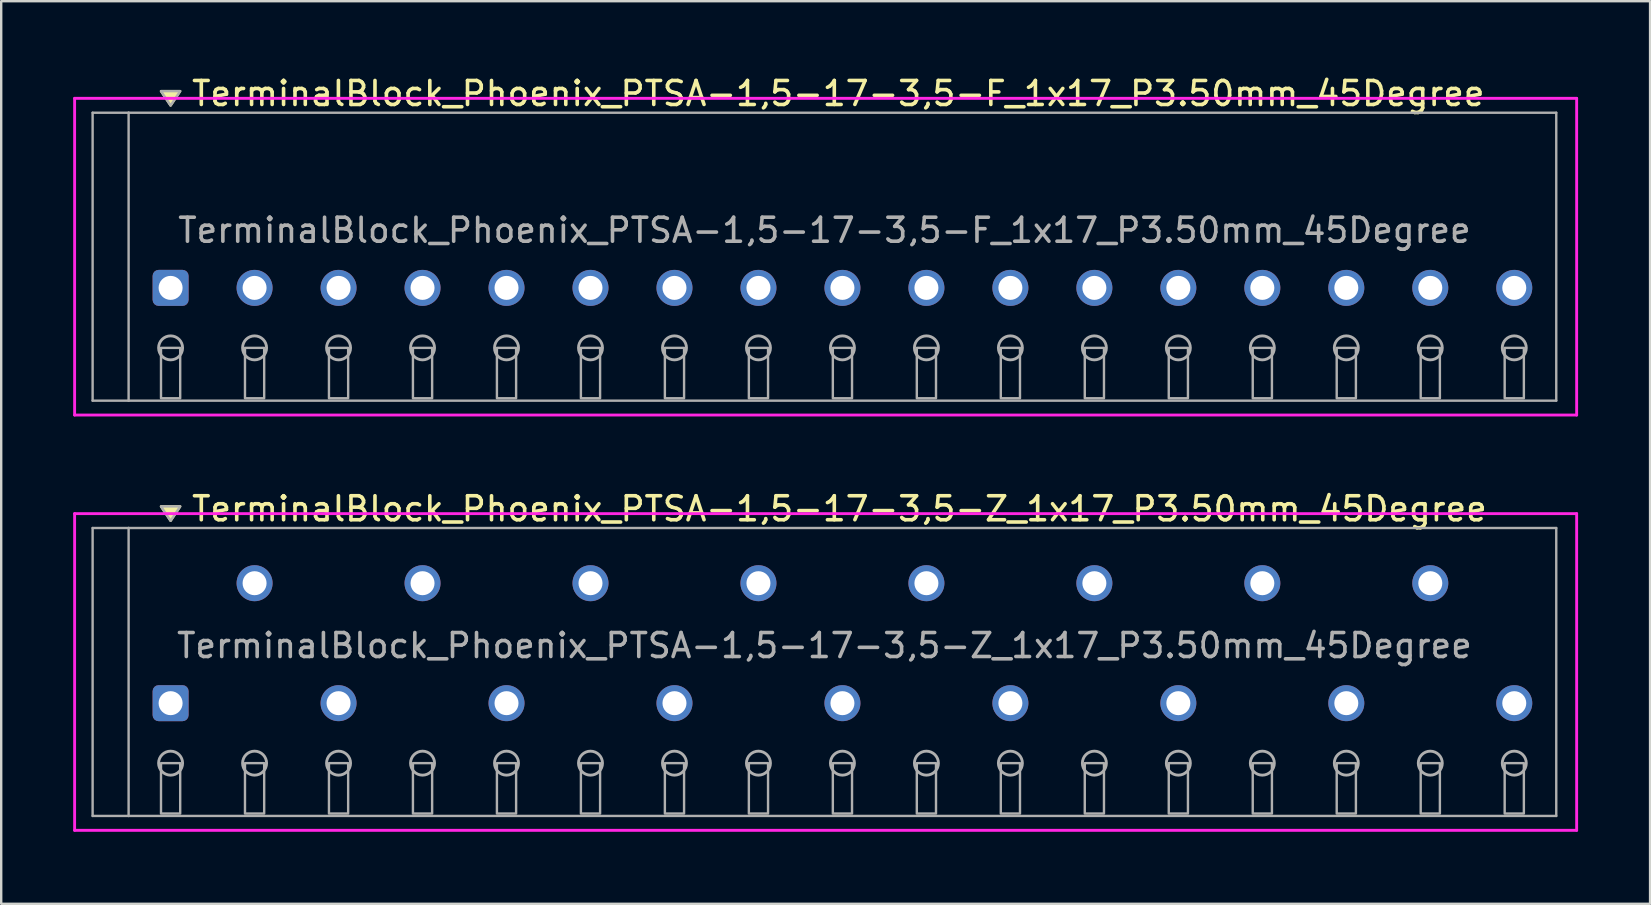
<source format=kicad_pcb>
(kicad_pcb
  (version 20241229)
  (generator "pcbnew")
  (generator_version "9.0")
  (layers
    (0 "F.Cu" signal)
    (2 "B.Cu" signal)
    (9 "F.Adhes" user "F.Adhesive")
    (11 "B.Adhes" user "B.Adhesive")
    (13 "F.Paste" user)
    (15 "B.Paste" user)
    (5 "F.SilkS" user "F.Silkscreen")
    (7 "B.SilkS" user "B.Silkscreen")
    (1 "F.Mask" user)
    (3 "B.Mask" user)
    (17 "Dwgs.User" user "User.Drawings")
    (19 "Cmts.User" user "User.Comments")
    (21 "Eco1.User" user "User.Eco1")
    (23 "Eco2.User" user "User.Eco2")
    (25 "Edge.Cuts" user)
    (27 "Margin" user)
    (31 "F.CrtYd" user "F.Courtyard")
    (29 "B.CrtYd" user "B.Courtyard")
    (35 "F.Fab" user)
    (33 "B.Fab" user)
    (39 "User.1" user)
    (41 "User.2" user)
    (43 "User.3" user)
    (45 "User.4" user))
  (footprint "TerminalBlock_Phoenix_PTSA-1,5-17-3,5-Z_1x17_P3.50mm_45Degree"
    (layer "F.Cu")
    (at 4.06 26.256)
    (property "Reference" "TerminalBlock_Phoenix_PTSA-1,5-17-3,5-Z_1x17_P3.50mm_45Degree" (at 0.8 -8.1 0) (layer "F.SilkS") (effects (font (size 1 1) (thickness 0.15)) (justify left)))
    (attr through_hole)
    (fp_poly (pts (xy 0 -7.6) (xy -0.4 -8.2) (xy 0.4 -8.2)) (stroke (width 0.1) (type solid)) (fill yes) (layer "F.SilkS"))
    (fp_line (start -4 -7.9) (end 58.6 -7.9) (stroke (width 0.12) (type solid)) (layer "F.CrtYd"))
    (fp_line (start -4 5.3) (end -4 -7.9) (stroke (width 0.12) (type solid)) (layer "F.CrtYd"))
    (fp_line (start 58.6 -7.9) (end 58.6 5.3) (stroke (width 0.12) (type solid)) (layer "F.CrtYd"))
    (fp_line (start 58.6 5.3) (end -4 5.3) (stroke (width 0.12) (type solid)) (layer "F.CrtYd"))
    (fp_line (start -3.25 -7.3) (end -1.75 -7.3) (stroke (width 0.1) (type solid)) (layer "F.Fab"))
    (fp_line (start -3.25 4.7) (end -3.25 -7.3) (stroke (width 0.1) (type solid)) (layer "F.Fab"))
    (fp_line (start -1.75 -7.3) (end -1.75 4.7) (stroke (width 0.1) (type solid)) (layer "F.Fab"))
    (fp_line (start -1.75 4.7) (end -3.25 4.7) (stroke (width 0.1) (type solid)) (layer "F.Fab"))
    (fp_line (start -1.75 4.7) (end 57.75 4.7) (stroke (width 0.1) (type solid)) (layer "F.Fab"))
    (fp_line (start 57.75 -7.3) (end -1.75 -7.3) (stroke (width 0.1) (type solid)) (layer "F.Fab"))
    (fp_line (start 57.75 4.7) (end 57.75 -7.3) (stroke (width 0.1) (type solid)) (layer "F.Fab"))
    (fp_circle (center 0 2.5) (end -0.5 2.5) (stroke (width 0.12) (type solid)) (fill no) (layer "F.Fab"))
    (fp_circle (center 3.5 2.5) (end 3 2.5) (stroke (width 0.12) (type solid)) (fill no) (layer "F.Fab"))
    (fp_circle (center 7 2.5) (end 6.5 2.5) (stroke (width 0.12) (type solid)) (fill no) (layer "F.Fab"))
    (fp_circle (center 10.5 2.5) (end 10 2.5) (stroke (width 0.12) (type solid)) (fill no) (layer "F.Fab"))
    (fp_circle (center 14 2.5) (end 13.5 2.5) (stroke (width 0.12) (type solid)) (fill no) (layer "F.Fab"))
    (fp_circle (center 17.5 2.5) (end 17 2.5) (stroke (width 0.12) (type solid)) (fill no) (layer "F.Fab"))
    (fp_circle (center 21 2.5) (end 20.5 2.5) (stroke (width 0.12) (type solid)) (fill no) (layer "F.Fab"))
    (fp_circle (center 24.5 2.5) (end 24 2.5) (stroke (width 0.12) (type solid)) (fill no) (layer "F.Fab"))
    (fp_circle (center 28 2.5) (end 27.5 2.5) (stroke (width 0.12) (type solid)) (fill no) (layer "F.Fab"))
    (fp_circle (center 31.5 2.5) (end 31 2.5) (stroke (width 0.12) (type solid)) (fill no) (layer "F.Fab"))
    (fp_circle (center 35 2.5) (end 34.5 2.5) (stroke (width 0.12) (type solid)) (fill no) (layer "F.Fab"))
    (fp_circle (center 38.5 2.5) (end 38 2.5) (stroke (width 0.12) (type solid)) (fill no) (layer "F.Fab"))
    (fp_circle (center 42 2.5) (end 41.5 2.5) (stroke (width 0.12) (type solid)) (fill no) (layer "F.Fab"))
    (fp_circle (center 45.5 2.5) (end 45 2.5) (stroke (width 0.12) (type solid)) (fill no) (layer "F.Fab"))
    (fp_circle (center 49 2.5) (end 48.5 2.5) (stroke (width 0.12) (type solid)) (fill no) (layer "F.Fab"))
    (fp_circle (center 52.5 2.5) (end 52 2.5) (stroke (width 0.12) (type solid)) (fill no) (layer "F.Fab"))
    (fp_circle (center 56 2.5) (end 55.5 2.5) (stroke (width 0.12) (type solid)) (fill no) (layer "F.Fab"))
    (fp_poly (pts (xy 0 -7.6) (xy -0.4 -8.2) (xy 0.4 -8.2)) (stroke (width 0.1) (type solid)) (fill no) (layer "F.Fab"))
    (fp_poly (pts (xy -0.4 2.5) (xy -0.4 4.6) (xy 0.4 4.6) (xy 0.4 2.5)) (stroke (width 0.1) (type solid)) (fill no) (layer "F.Fab"))
    (fp_poly (pts (xy 3.1 2.5) (xy 3.1 4.6) (xy 3.9 4.6) (xy 3.9 2.5)) (stroke (width 0.1) (type solid)) (fill no) (layer "F.Fab"))
    (fp_poly (pts (xy 6.6 2.5) (xy 6.6 4.6) (xy 7.4 4.6) (xy 7.4 2.5)) (stroke (width 0.1) (type solid)) (fill no) (layer "F.Fab"))
    (fp_poly (pts (xy 10.1 2.5) (xy 10.1 4.6) (xy 10.9 4.6) (xy 10.9 2.5)) (stroke (width 0.1) (type solid)) (fill no) (layer "F.Fab"))
    (fp_poly (pts (xy 13.6 2.5) (xy 13.6 4.6) (xy 14.4 4.6) (xy 14.4 2.5)) (stroke (width 0.1) (type solid)) (fill no) (layer "F.Fab"))
    (fp_poly (pts (xy 17.1 2.5) (xy 17.1 4.6) (xy 17.9 4.6) (xy 17.9 2.5)) (stroke (width 0.1) (type solid)) (fill no) (layer "F.Fab"))
    (fp_poly (pts (xy 20.6 2.5) (xy 20.6 4.6) (xy 21.4 4.6) (xy 21.4 2.5)) (stroke (width 0.1) (type solid)) (fill no) (layer "F.Fab"))
    (fp_poly (pts (xy 24.1 2.5) (xy 24.1 4.6) (xy 24.9 4.6) (xy 24.9 2.5)) (stroke (width 0.1) (type solid)) (fill no) (layer "F.Fab"))
    (fp_poly (pts (xy 27.6 2.5) (xy 27.6 4.6) (xy 28.4 4.6) (xy 28.4 2.5)) (stroke (width 0.1) (type solid)) (fill no) (layer "F.Fab"))
    (fp_poly (pts (xy 31.1 2.5) (xy 31.1 4.6) (xy 31.9 4.6) (xy 31.9 2.5)) (stroke (width 0.1) (type solid)) (fill no) (layer "F.Fab"))
    (fp_poly (pts (xy 34.6 2.5) (xy 34.6 4.6) (xy 35.4 4.6) (xy 35.4 2.5)) (stroke (width 0.1) (type solid)) (fill no) (layer "F.Fab"))
    (fp_poly (pts (xy 38.1 2.5) (xy 38.1 4.6) (xy 38.9 4.6) (xy 38.9 2.5)) (stroke (width 0.1) (type solid)) (fill no) (layer "F.Fab"))
    (fp_poly (pts (xy 41.6 2.5) (xy 41.6 4.6) (xy 42.4 4.6) (xy 42.4 2.5)) (stroke (width 0.1) (type solid)) (fill no) (layer "F.Fab"))
    (fp_poly (pts (xy 45.1 2.5) (xy 45.1 4.6) (xy 45.9 4.6) (xy 45.9 2.5)) (stroke (width 0.1) (type solid)) (fill no) (layer "F.Fab"))
    (fp_poly (pts (xy 48.6 2.5) (xy 48.6 4.6) (xy 49.4 4.6) (xy 49.4 2.5)) (stroke (width 0.1) (type solid)) (fill no) (layer "F.Fab"))
    (fp_poly (pts (xy 52.1 2.5) (xy 52.1 4.6) (xy 52.9 4.6) (xy 52.9 2.5)) (stroke (width 0.1) (type solid)) (fill no) (layer "F.Fab"))
    (fp_poly (pts (xy 55.6 2.5) (xy 55.6 4.6) (xy 56.4 4.6) (xy 56.4 2.5)) (stroke (width 0.1) (type solid)) (fill no) (layer "F.Fab"))
    (fp_text user "${REFERENCE}" (at 27.25 -2.4 0) (layer "F.Fab") (effects (font (size 1 1) (thickness 0.15))))
    (pad "1" thru_hole roundrect (at 0 0) (size 1.5 1.5) (drill 1) (layers "*.Cu" "*.Mask") (roundrect_rratio 0.167))
    (pad "2" thru_hole oval (at 3.5 -5) (size 1.5 1.5) (drill 1) (layers "*.Cu" "*.Mask"))
    (pad "3" thru_hole oval (at 7 0) (size 1.5 1.5) (drill 1) (layers "*.Cu" "*.Mask"))
    (pad "4" thru_hole oval (at 10.5 -5) (size 1.5 1.5) (drill 1) (layers "*.Cu" "*.Mask"))
    (pad "5" thru_hole oval (at 14 0) (size 1.5 1.5) (drill 1) (layers "*.Cu" "*.Mask"))
    (pad "6" thru_hole oval (at 17.5 -5) (size 1.5 1.5) (drill 1) (layers "*.Cu" "*.Mask"))
    (pad "7" thru_hole oval (at 21 0) (size 1.5 1.5) (drill 1) (layers "*.Cu" "*.Mask"))
    (pad "8" thru_hole oval (at 24.5 -5) (size 1.5 1.5) (drill 1) (layers "*.Cu" "*.Mask"))
    (pad "9" thru_hole oval (at 28 0) (size 1.5 1.5) (drill 1) (layers "*.Cu" "*.Mask"))
    (pad "10" thru_hole oval (at 31.5 -5) (size 1.5 1.5) (drill 1) (layers "*.Cu" "*.Mask"))
    (pad "11" thru_hole oval (at 35 0) (size 1.5 1.5) (drill 1) (layers "*.Cu" "*.Mask"))
    (pad "12" thru_hole oval (at 38.5 -5) (size 1.5 1.5) (drill 1) (layers "*.Cu" "*.Mask"))
    (pad "13" thru_hole oval (at 42 0) (size 1.5 1.5) (drill 1) (layers "*.Cu" "*.Mask"))
    (pad "14" thru_hole oval (at 45.5 -5) (size 1.5 1.5) (drill 1) (layers "*.Cu" "*.Mask"))
    (pad "15" thru_hole oval (at 49 0) (size 1.5 1.5) (drill 1) (layers "*.Cu" "*.Mask"))
    (pad "16" thru_hole oval (at 52.5 -5) (size 1.5 1.5) (drill 1) (layers "*.Cu" "*.Mask"))
    (pad "17" thru_hole oval (at 56 0) (size 1.5 1.5) (drill 1) (layers "*.Cu" "*.Mask")))
  (footprint "TerminalBlock_Phoenix_PTSA-1,5-17-3,5-F_1x17_P3.50mm_45Degree"
    (layer "F.Cu")
    (at 4.06 8.948)
    (property "Reference" "TerminalBlock_Phoenix_PTSA-1,5-17-3,5-F_1x17_P3.50mm_45Degree" (at 0.8 -8.1 0) (layer "F.SilkS") (effects (font (size 1 1) (thickness 0.15)) (justify left)))
    (attr through_hole)
    (fp_poly (pts (xy 0 -7.6) (xy -0.4 -8.2) (xy 0.4 -8.2)) (stroke (width 0.1) (type solid)) (fill yes) (layer "F.SilkS"))
    (fp_line (start -4 -7.9) (end 58.6 -7.9) (stroke (width 0.12) (type solid)) (layer "F.CrtYd"))
    (fp_line (start -4 5.3) (end -4 -7.9) (stroke (width 0.12) (type solid)) (layer "F.CrtYd"))
    (fp_line (start 58.6 -7.9) (end 58.6 5.3) (stroke (width 0.12) (type solid)) (layer "F.CrtYd"))
    (fp_line (start 58.6 5.3) (end -4 5.3) (stroke (width 0.12) (type solid)) (layer "F.CrtYd"))
    (fp_line (start -3.25 -7.3) (end -1.75 -7.3) (stroke (width 0.1) (type solid)) (layer "F.Fab"))
    (fp_line (start -3.25 4.7) (end -3.25 -7.3) (stroke (width 0.1) (type solid)) (layer "F.Fab"))
    (fp_line (start -1.75 -7.3) (end -1.75 4.7) (stroke (width 0.1) (type solid)) (layer "F.Fab"))
    (fp_line (start -1.75 4.7) (end -3.25 4.7) (stroke (width 0.1) (type solid)) (layer "F.Fab"))
    (fp_line (start -1.75 4.7) (end 57.75 4.7) (stroke (width 0.1) (type solid)) (layer "F.Fab"))
    (fp_line (start 57.75 -7.3) (end -1.75 -7.3) (stroke (width 0.1) (type solid)) (layer "F.Fab"))
    (fp_line (start 57.75 4.7) (end 57.75 -7.3) (stroke (width 0.1) (type solid)) (layer "F.Fab"))
    (fp_circle (center 0 2.5) (end -0.5 2.5) (stroke (width 0.12) (type solid)) (fill no) (layer "F.Fab"))
    (fp_circle (center 3.5 2.5) (end 3 2.5) (stroke (width 0.12) (type solid)) (fill no) (layer "F.Fab"))
    (fp_circle (center 7 2.5) (end 6.5 2.5) (stroke (width 0.12) (type solid)) (fill no) (layer "F.Fab"))
    (fp_circle (center 10.5 2.5) (end 10 2.5) (stroke (width 0.12) (type solid)) (fill no) (layer "F.Fab"))
    (fp_circle (center 14 2.5) (end 13.5 2.5) (stroke (width 0.12) (type solid)) (fill no) (layer "F.Fab"))
    (fp_circle (center 17.5 2.5) (end 17 2.5) (stroke (width 0.12) (type solid)) (fill no) (layer "F.Fab"))
    (fp_circle (center 21 2.5) (end 20.5 2.5) (stroke (width 0.12) (type solid)) (fill no) (layer "F.Fab"))
    (fp_circle (center 24.5 2.5) (end 24 2.5) (stroke (width 0.12) (type solid)) (fill no) (layer "F.Fab"))
    (fp_circle (center 28 2.5) (end 27.5 2.5) (stroke (width 0.12) (type solid)) (fill no) (layer "F.Fab"))
    (fp_circle (center 31.5 2.5) (end 31 2.5) (stroke (width 0.12) (type solid)) (fill no) (layer "F.Fab"))
    (fp_circle (center 35 2.5) (end 34.5 2.5) (stroke (width 0.12) (type solid)) (fill no) (layer "F.Fab"))
    (fp_circle (center 38.5 2.5) (end 38 2.5) (stroke (width 0.12) (type solid)) (fill no) (layer "F.Fab"))
    (fp_circle (center 42 2.5) (end 41.5 2.5) (stroke (width 0.12) (type solid)) (fill no) (layer "F.Fab"))
    (fp_circle (center 45.5 2.5) (end 45 2.5) (stroke (width 0.12) (type solid)) (fill no) (layer "F.Fab"))
    (fp_circle (center 49 2.5) (end 48.5 2.5) (stroke (width 0.12) (type solid)) (fill no) (layer "F.Fab"))
    (fp_circle (center 52.5 2.5) (end 52 2.5) (stroke (width 0.12) (type solid)) (fill no) (layer "F.Fab"))
    (fp_circle (center 56 2.5) (end 55.5 2.5) (stroke (width 0.12) (type solid)) (fill no) (layer "F.Fab"))
    (fp_poly (pts (xy 0 -7.6) (xy -0.4 -8.2) (xy 0.4 -8.2)) (stroke (width 0.1) (type solid)) (fill no) (layer "F.Fab"))
    (fp_poly (pts (xy -0.4 2.5) (xy -0.4 4.6) (xy 0.4 4.6) (xy 0.4 2.5)) (stroke (width 0.1) (type solid)) (fill no) (layer "F.Fab"))
    (fp_poly (pts (xy 3.1 2.5) (xy 3.1 4.6) (xy 3.9 4.6) (xy 3.9 2.5)) (stroke (width 0.1) (type solid)) (fill no) (layer "F.Fab"))
    (fp_poly (pts (xy 6.6 2.5) (xy 6.6 4.6) (xy 7.4 4.6) (xy 7.4 2.5)) (stroke (width 0.1) (type solid)) (fill no) (layer "F.Fab"))
    (fp_poly (pts (xy 10.1 2.5) (xy 10.1 4.6) (xy 10.9 4.6) (xy 10.9 2.5)) (stroke (width 0.1) (type solid)) (fill no) (layer "F.Fab"))
    (fp_poly (pts (xy 13.6 2.5) (xy 13.6 4.6) (xy 14.4 4.6) (xy 14.4 2.5)) (stroke (width 0.1) (type solid)) (fill no) (layer "F.Fab"))
    (fp_poly (pts (xy 17.1 2.5) (xy 17.1 4.6) (xy 17.9 4.6) (xy 17.9 2.5)) (stroke (width 0.1) (type solid)) (fill no) (layer "F.Fab"))
    (fp_poly (pts (xy 20.6 2.5) (xy 20.6 4.6) (xy 21.4 4.6) (xy 21.4 2.5)) (stroke (width 0.1) (type solid)) (fill no) (layer "F.Fab"))
    (fp_poly (pts (xy 24.1 2.5) (xy 24.1 4.6) (xy 24.9 4.6) (xy 24.9 2.5)) (stroke (width 0.1) (type solid)) (fill no) (layer "F.Fab"))
    (fp_poly (pts (xy 27.6 2.5) (xy 27.6 4.6) (xy 28.4 4.6) (xy 28.4 2.5)) (stroke (width 0.1) (type solid)) (fill no) (layer "F.Fab"))
    (fp_poly (pts (xy 31.1 2.5) (xy 31.1 4.6) (xy 31.9 4.6) (xy 31.9 2.5)) (stroke (width 0.1) (type solid)) (fill no) (layer "F.Fab"))
    (fp_poly (pts (xy 34.6 2.5) (xy 34.6 4.6) (xy 35.4 4.6) (xy 35.4 2.5)) (stroke (width 0.1) (type solid)) (fill no) (layer "F.Fab"))
    (fp_poly (pts (xy 38.1 2.5) (xy 38.1 4.6) (xy 38.9 4.6) (xy 38.9 2.5)) (stroke (width 0.1) (type solid)) (fill no) (layer "F.Fab"))
    (fp_poly (pts (xy 41.6 2.5) (xy 41.6 4.6) (xy 42.4 4.6) (xy 42.4 2.5)) (stroke (width 0.1) (type solid)) (fill no) (layer "F.Fab"))
    (fp_poly (pts (xy 45.1 2.5) (xy 45.1 4.6) (xy 45.9 4.6) (xy 45.9 2.5)) (stroke (width 0.1) (type solid)) (fill no) (layer "F.Fab"))
    (fp_poly (pts (xy 48.6 2.5) (xy 48.6 4.6) (xy 49.4 4.6) (xy 49.4 2.5)) (stroke (width 0.1) (type solid)) (fill no) (layer "F.Fab"))
    (fp_poly (pts (xy 52.1 2.5) (xy 52.1 4.6) (xy 52.9 4.6) (xy 52.9 2.5)) (stroke (width 0.1) (type solid)) (fill no) (layer "F.Fab"))
    (fp_poly (pts (xy 55.6 2.5) (xy 55.6 4.6) (xy 56.4 4.6) (xy 56.4 2.5)) (stroke (width 0.1) (type solid)) (fill no) (layer "F.Fab"))
    (fp_text user "${REFERENCE}" (at 27.25 -2.4 0) (layer "F.Fab") (effects (font (size 1 1) (thickness 0.15))))
    (pad "1" thru_hole roundrect (at 0 0) (size 1.5 1.5) (drill 1) (layers "*.Cu" "*.Mask") (roundrect_rratio 0.167))
    (pad "2" thru_hole oval (at 3.5 0) (size 1.5 1.5) (drill 1) (layers "*.Cu" "*.Mask"))
    (pad "3" thru_hole oval (at 7 0) (size 1.5 1.5) (drill 1) (layers "*.Cu" "*.Mask"))
    (pad "4" thru_hole oval (at 10.5 0) (size 1.5 1.5) (drill 1) (layers "*.Cu" "*.Mask"))
    (pad "5" thru_hole oval (at 14 0) (size 1.5 1.5) (drill 1) (layers "*.Cu" "*.Mask"))
    (pad "6" thru_hole oval (at 17.5 0) (size 1.5 1.5) (drill 1) (layers "*.Cu" "*.Mask"))
    (pad "7" thru_hole oval (at 21 0) (size 1.5 1.5) (drill 1) (layers "*.Cu" "*.Mask"))
    (pad "8" thru_hole oval (at 24.5 0) (size 1.5 1.5) (drill 1) (layers "*.Cu" "*.Mask"))
    (pad "9" thru_hole oval (at 28 0) (size 1.5 1.5) (drill 1) (layers "*.Cu" "*.Mask"))
    (pad "10" thru_hole oval (at 31.5 0) (size 1.5 1.5) (drill 1) (layers "*.Cu" "*.Mask"))
    (pad "11" thru_hole oval (at 35 0) (size 1.5 1.5) (drill 1) (layers "*.Cu" "*.Mask"))
    (pad "12" thru_hole oval (at 38.5 0) (size 1.5 1.5) (drill 1) (layers "*.Cu" "*.Mask"))
    (pad "13" thru_hole oval (at 42 0) (size 1.5 1.5) (drill 1) (layers "*.Cu" "*.Mask"))
    (pad "14" thru_hole oval (at 45.5 0) (size 1.5 1.5) (drill 1) (layers "*.Cu" "*.Mask"))
    (pad "15" thru_hole oval (at 49 0) (size 1.5 1.5) (drill 1) (layers "*.Cu" "*.Mask"))
    (pad "16" thru_hole oval (at 52.5 0) (size 1.5 1.5) (drill 1) (layers "*.Cu" "*.Mask"))
    (pad "17" thru_hole oval (at 56 0) (size 1.5 1.5) (drill 1) (layers "*.Cu" "*.Mask")))
  (gr_rect
    (start -3 -3)
    (end 65.72 34.617)
    (stroke (width 0.1) (type default))
    (fill no)
    (layer "Edge.Cuts")))
</source>
